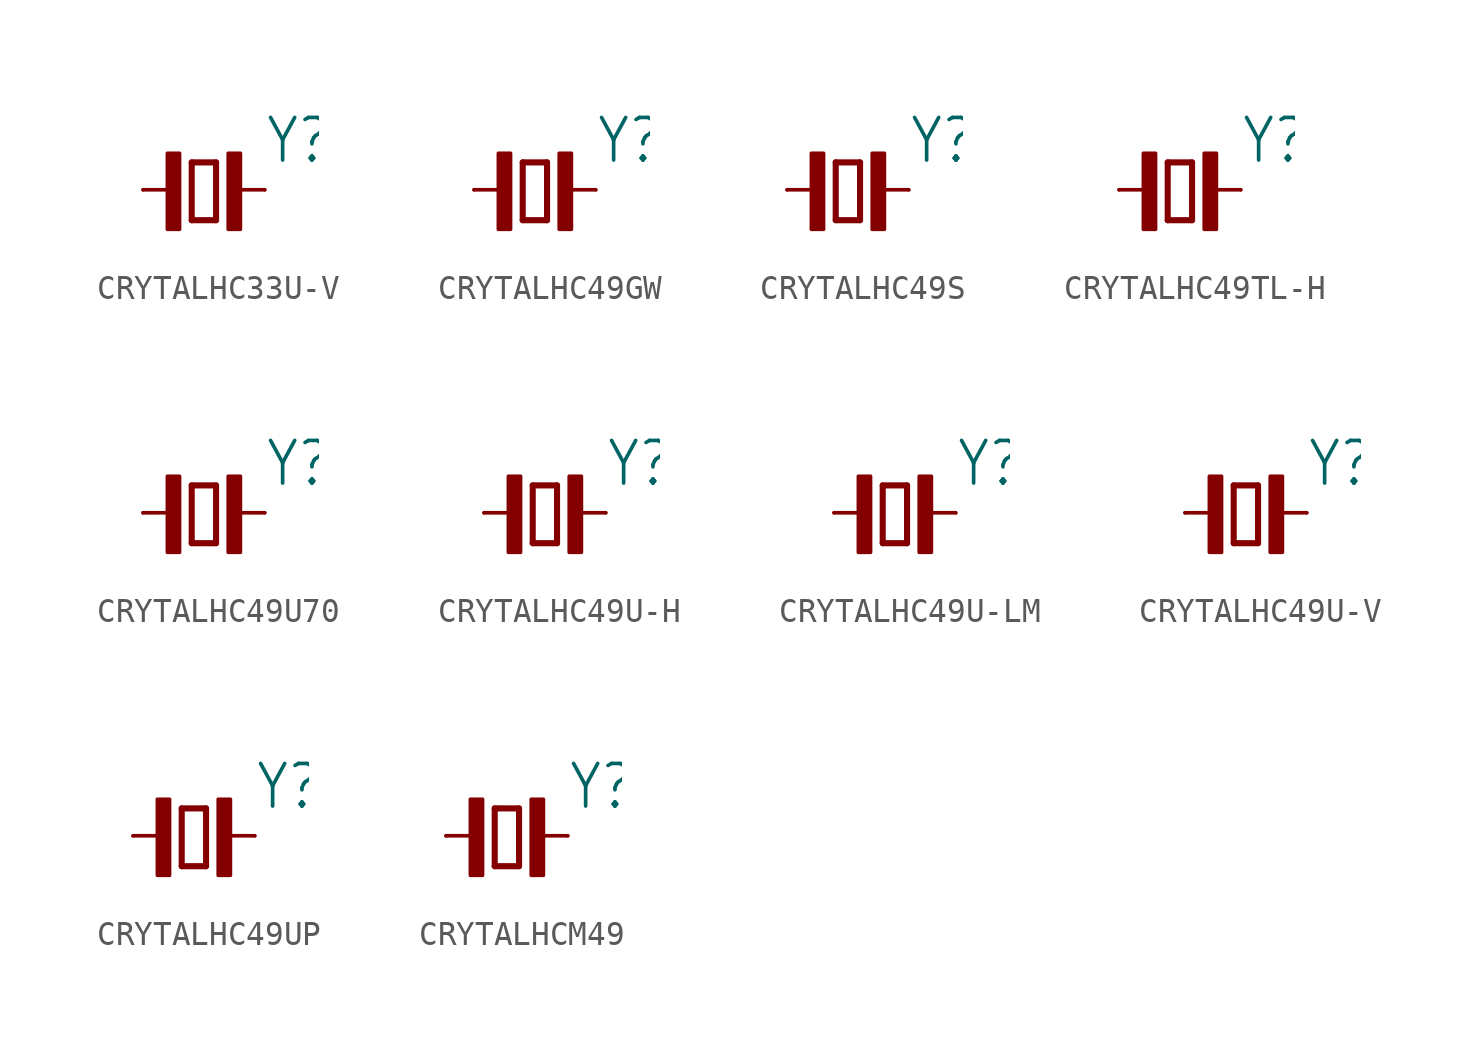
<source format=kicad_sym>
(kicad_symbol_lib
  (version 20231120)
  (generator "kicad_symbol_editor")
  (generator_version "8.0")
  (symbol "CRYTALHC33U-V"
    (property "Reference" "Y"
      (at 2.54 1.016 0)
      (effects (font (size 1.778 1.511)) (justify left bottom)))
    (property "Value" ""
      (at 2.54 -2.54 0)
      (effects (font (size 1.778 1.511)) (justify left bottom)))
    (property "ki_locked" ""
      (at 0 0 0)
      (effects (font (size 1.27 1.27))))
    (symbol "CRYTALHC33U-V_1_0"
      (rectangle (start -1.524 -1.651) (end -1.016 1.524) (stroke (width 0) (type default)) (fill (type outline)))
      (polyline (pts (xy -2.54 0) (xy -1.143 0)) (stroke (width 0.152) (type solid)) (fill (type none)))
      (polyline (pts (xy -0.508 -1.27) (xy 0.508 -1.27)) (stroke (width 0.254) (type solid)) (fill (type none)))
      (polyline (pts (xy -0.508 1.143) (xy -0.508 -1.27)) (stroke (width 0.254) (type solid)) (fill (type none)))
      (polyline (pts (xy 0.508 -1.27) (xy 0.508 1.143)) (stroke (width 0.254) (type solid)) (fill (type none)))
      (polyline (pts (xy 0.508 1.143) (xy -0.508 1.143)) (stroke (width 0.254) (type solid)) (fill (type none)))
      (polyline (pts (xy 1.143 0) (xy 2.54 0)) (stroke (width 0.152) (type solid)) (fill (type none)))
      (rectangle (start 1.016 -1.651) (end 1.524 1.524) (stroke (width 0) (type default)) (fill (type outline)))
      (pin passive line (at -2.54 0 0) (length 0) (name "1" (effects (font (size 0 0)))) (number "1" (effects (font (size 0 0)))))
      (pin passive line (at 2.54 0 180) (length 0) (name "2" (effects (font (size 0 0)))) (number "2" (effects (font (size 0 0)))))))
  (symbol "CRYTALHC49GW"
    (property "Reference" "Y"
      (at 2.54 1.016 0)
      (effects (font (size 1.778 1.511)) (justify left bottom)))
    (property "Value" ""
      (at 2.54 -2.54 0)
      (effects (font (size 1.778 1.511)) (justify left bottom)))
    (property "ki_locked" ""
      (at 0 0 0)
      (effects (font (size 1.27 1.27))))
    (symbol "CRYTALHC49GW_1_0"
      (rectangle (start -1.524 -1.651) (end -1.016 1.524) (stroke (width 0) (type default)) (fill (type outline)))
      (polyline (pts (xy -2.54 0) (xy -1.143 0)) (stroke (width 0.152) (type solid)) (fill (type none)))
      (polyline (pts (xy -0.508 -1.27) (xy 0.508 -1.27)) (stroke (width 0.254) (type solid)) (fill (type none)))
      (polyline (pts (xy -0.508 1.143) (xy -0.508 -1.27)) (stroke (width 0.254) (type solid)) (fill (type none)))
      (polyline (pts (xy 0.508 -1.27) (xy 0.508 1.143)) (stroke (width 0.254) (type solid)) (fill (type none)))
      (polyline (pts (xy 0.508 1.143) (xy -0.508 1.143)) (stroke (width 0.254) (type solid)) (fill (type none)))
      (polyline (pts (xy 1.143 0) (xy 2.54 0)) (stroke (width 0.152) (type solid)) (fill (type none)))
      (rectangle (start 1.016 -1.651) (end 1.524 1.524) (stroke (width 0) (type default)) (fill (type outline)))
      (pin passive line (at -2.54 0 0) (length 0) (name "1" (effects (font (size 0 0)))) (number "1" (effects (font (size 0 0)))))
      (pin passive line (at 2.54 0 180) (length 0) (name "2" (effects (font (size 0 0)))) (number "2" (effects (font (size 0 0)))))))
  (symbol "CRYTALHC49S"
    (property "Reference" "Y"
      (at 2.54 1.016 0)
      (effects (font (size 1.778 1.511)) (justify left bottom)))
    (property "Value" ""
      (at 2.54 -2.54 0)
      (effects (font (size 1.778 1.511)) (justify left bottom)))
    (property "ki_locked" ""
      (at 0 0 0)
      (effects (font (size 1.27 1.27))))
    (symbol "CRYTALHC49S_1_0"
      (rectangle (start -1.524 -1.651) (end -1.016 1.524) (stroke (width 0) (type default)) (fill (type outline)))
      (polyline (pts (xy -2.54 0) (xy -1.143 0)) (stroke (width 0.152) (type solid)) (fill (type none)))
      (polyline (pts (xy -0.508 -1.27) (xy 0.508 -1.27)) (stroke (width 0.254) (type solid)) (fill (type none)))
      (polyline (pts (xy -0.508 1.143) (xy -0.508 -1.27)) (stroke (width 0.254) (type solid)) (fill (type none)))
      (polyline (pts (xy 0.508 -1.27) (xy 0.508 1.143)) (stroke (width 0.254) (type solid)) (fill (type none)))
      (polyline (pts (xy 0.508 1.143) (xy -0.508 1.143)) (stroke (width 0.254) (type solid)) (fill (type none)))
      (polyline (pts (xy 1.143 0) (xy 2.54 0)) (stroke (width 0.152) (type solid)) (fill (type none)))
      (rectangle (start 1.016 -1.651) (end 1.524 1.524) (stroke (width 0) (type default)) (fill (type outline)))
      (pin passive line (at -2.54 0 0) (length 0) (name "1" (effects (font (size 0 0)))) (number "1" (effects (font (size 0 0)))))
      (pin passive line (at 2.54 0 180) (length 0) (name "2" (effects (font (size 0 0)))) (number "2" (effects (font (size 0 0)))))))
  (symbol "CRYTALHC49TL-H"
    (property "Reference" "Y"
      (at 2.54 1.016 0)
      (effects (font (size 1.778 1.511)) (justify left bottom)))
    (property "Value" ""
      (at 2.54 -2.54 0)
      (effects (font (size 1.778 1.511)) (justify left bottom)))
    (property "ki_locked" ""
      (at 0 0 0)
      (effects (font (size 1.27 1.27))))
    (symbol "CRYTALHC49TL-H_1_0"
      (rectangle (start -1.524 -1.651) (end -1.016 1.524) (stroke (width 0) (type default)) (fill (type outline)))
      (polyline (pts (xy -2.54 0) (xy -1.143 0)) (stroke (width 0.152) (type solid)) (fill (type none)))
      (polyline (pts (xy -0.508 -1.27) (xy 0.508 -1.27)) (stroke (width 0.254) (type solid)) (fill (type none)))
      (polyline (pts (xy -0.508 1.143) (xy -0.508 -1.27)) (stroke (width 0.254) (type solid)) (fill (type none)))
      (polyline (pts (xy 0.508 -1.27) (xy 0.508 1.143)) (stroke (width 0.254) (type solid)) (fill (type none)))
      (polyline (pts (xy 0.508 1.143) (xy -0.508 1.143)) (stroke (width 0.254) (type solid)) (fill (type none)))
      (polyline (pts (xy 1.143 0) (xy 2.54 0)) (stroke (width 0.152) (type solid)) (fill (type none)))
      (rectangle (start 1.016 -1.651) (end 1.524 1.524) (stroke (width 0) (type default)) (fill (type outline)))
      (pin passive line (at -2.54 0 0) (length 0) (name "1" (effects (font (size 0 0)))) (number "1" (effects (font (size 0 0)))))
      (pin passive line (at 2.54 0 180) (length 0) (name "2" (effects (font (size 0 0)))) (number "2" (effects (font (size 0 0)))))))
  (symbol "CRYTALHC49U70"
    (property "Reference" "Y"
      (at 2.54 1.016 0)
      (effects (font (size 1.778 1.511)) (justify left bottom)))
    (property "Value" ""
      (at 2.54 -2.54 0)
      (effects (font (size 1.778 1.511)) (justify left bottom)))
    (property "ki_locked" ""
      (at 0 0 0)
      (effects (font (size 1.27 1.27))))
    (symbol "CRYTALHC49U70_1_0"
      (rectangle (start -1.524 -1.651) (end -1.016 1.524) (stroke (width 0) (type default)) (fill (type outline)))
      (polyline (pts (xy -2.54 0) (xy -1.143 0)) (stroke (width 0.152) (type solid)) (fill (type none)))
      (polyline (pts (xy -0.508 -1.27) (xy 0.508 -1.27)) (stroke (width 0.254) (type solid)) (fill (type none)))
      (polyline (pts (xy -0.508 1.143) (xy -0.508 -1.27)) (stroke (width 0.254) (type solid)) (fill (type none)))
      (polyline (pts (xy 0.508 -1.27) (xy 0.508 1.143)) (stroke (width 0.254) (type solid)) (fill (type none)))
      (polyline (pts (xy 0.508 1.143) (xy -0.508 1.143)) (stroke (width 0.254) (type solid)) (fill (type none)))
      (polyline (pts (xy 1.143 0) (xy 2.54 0)) (stroke (width 0.152) (type solid)) (fill (type none)))
      (rectangle (start 1.016 -1.651) (end 1.524 1.524) (stroke (width 0) (type default)) (fill (type outline)))
      (pin passive line (at -2.54 0 0) (length 0) (name "1" (effects (font (size 0 0)))) (number "1" (effects (font (size 0 0)))))
      (pin passive line (at 2.54 0 180) (length 0) (name "2" (effects (font (size 0 0)))) (number "2" (effects (font (size 0 0)))))))
  (symbol "CRYTALHC49U-H"
    (property "Reference" "Y"
      (at 2.54 1.016 0)
      (effects (font (size 1.778 1.511)) (justify left bottom)))
    (property "Value" ""
      (at 2.54 -2.54 0)
      (effects (font (size 1.778 1.511)) (justify left bottom)))
    (property "ki_locked" ""
      (at 0 0 0)
      (effects (font (size 1.27 1.27))))
    (symbol "CRYTALHC49U-H_1_0"
      (rectangle (start -1.524 -1.651) (end -1.016 1.524) (stroke (width 0) (type default)) (fill (type outline)))
      (polyline (pts (xy -2.54 0) (xy -1.143 0)) (stroke (width 0.152) (type solid)) (fill (type none)))
      (polyline (pts (xy -0.508 -1.27) (xy 0.508 -1.27)) (stroke (width 0.254) (type solid)) (fill (type none)))
      (polyline (pts (xy -0.508 1.143) (xy -0.508 -1.27)) (stroke (width 0.254) (type solid)) (fill (type none)))
      (polyline (pts (xy 0.508 -1.27) (xy 0.508 1.143)) (stroke (width 0.254) (type solid)) (fill (type none)))
      (polyline (pts (xy 0.508 1.143) (xy -0.508 1.143)) (stroke (width 0.254) (type solid)) (fill (type none)))
      (polyline (pts (xy 1.143 0) (xy 2.54 0)) (stroke (width 0.152) (type solid)) (fill (type none)))
      (rectangle (start 1.016 -1.651) (end 1.524 1.524) (stroke (width 0) (type default)) (fill (type outline)))
      (pin passive line (at -2.54 0 0) (length 0) (name "1" (effects (font (size 0 0)))) (number "1" (effects (font (size 0 0)))))
      (pin passive line (at 2.54 0 180) (length 0) (name "2" (effects (font (size 0 0)))) (number "2" (effects (font (size 0 0)))))))
  (symbol "CRYTALHC49U-LM"
    (property "Reference" "Y"
      (at 2.54 1.016 0)
      (effects (font (size 1.778 1.511)) (justify left bottom)))
    (property "Value" ""
      (at 2.54 -2.54 0)
      (effects (font (size 1.778 1.511)) (justify left bottom)))
    (property "ki_locked" ""
      (at 0 0 0)
      (effects (font (size 1.27 1.27))))
    (symbol "CRYTALHC49U-LM_1_0"
      (rectangle (start -1.524 -1.651) (end -1.016 1.524) (stroke (width 0) (type default)) (fill (type outline)))
      (polyline (pts (xy -2.54 0) (xy -1.143 0)) (stroke (width 0.152) (type solid)) (fill (type none)))
      (polyline (pts (xy -0.508 -1.27) (xy 0.508 -1.27)) (stroke (width 0.254) (type solid)) (fill (type none)))
      (polyline (pts (xy -0.508 1.143) (xy -0.508 -1.27)) (stroke (width 0.254) (type solid)) (fill (type none)))
      (polyline (pts (xy 0.508 -1.27) (xy 0.508 1.143)) (stroke (width 0.254) (type solid)) (fill (type none)))
      (polyline (pts (xy 0.508 1.143) (xy -0.508 1.143)) (stroke (width 0.254) (type solid)) (fill (type none)))
      (polyline (pts (xy 1.143 0) (xy 2.54 0)) (stroke (width 0.152) (type solid)) (fill (type none)))
      (rectangle (start 1.016 -1.651) (end 1.524 1.524) (stroke (width 0) (type default)) (fill (type outline)))
      (pin passive line (at -2.54 0 0) (length 0) (name "1" (effects (font (size 0 0)))) (number "1" (effects (font (size 0 0)))))
      (pin passive line (at 2.54 0 180) (length 0) (name "2" (effects (font (size 0 0)))) (number "2" (effects (font (size 0 0)))))))
  (symbol "CRYTALHC49U-V"
    (property "Reference" "Y"
      (at 2.54 1.016 0)
      (effects (font (size 1.778 1.511)) (justify left bottom)))
    (property "Value" ""
      (at 2.54 -2.54 0)
      (effects (font (size 1.778 1.511)) (justify left bottom)))
    (property "ki_locked" ""
      (at 0 0 0)
      (effects (font (size 1.27 1.27))))
    (symbol "CRYTALHC49U-V_1_0"
      (rectangle (start -1.524 -1.651) (end -1.016 1.524) (stroke (width 0) (type default)) (fill (type outline)))
      (polyline (pts (xy -2.54 0) (xy -1.143 0)) (stroke (width 0.152) (type solid)) (fill (type none)))
      (polyline (pts (xy -0.508 -1.27) (xy 0.508 -1.27)) (stroke (width 0.254) (type solid)) (fill (type none)))
      (polyline (pts (xy -0.508 1.143) (xy -0.508 -1.27)) (stroke (width 0.254) (type solid)) (fill (type none)))
      (polyline (pts (xy 0.508 -1.27) (xy 0.508 1.143)) (stroke (width 0.254) (type solid)) (fill (type none)))
      (polyline (pts (xy 0.508 1.143) (xy -0.508 1.143)) (stroke (width 0.254) (type solid)) (fill (type none)))
      (polyline (pts (xy 1.143 0) (xy 2.54 0)) (stroke (width 0.152) (type solid)) (fill (type none)))
      (rectangle (start 1.016 -1.651) (end 1.524 1.524) (stroke (width 0) (type default)) (fill (type outline)))
      (pin passive line (at -2.54 0 0) (length 0) (name "1" (effects (font (size 0 0)))) (number "1" (effects (font (size 0 0)))))
      (pin passive line (at 2.54 0 180) (length 0) (name "2" (effects (font (size 0 0)))) (number "2" (effects (font (size 0 0)))))))
  (symbol "CRYTALHC49UP"
    (property "Reference" "Y"
      (at 2.54 1.016 0)
      (effects (font (size 1.778 1.511)) (justify left bottom)))
    (property "Value" ""
      (at 2.54 -2.54 0)
      (effects (font (size 1.778 1.511)) (justify left bottom)))
    (property "ki_locked" ""
      (at 0 0 0)
      (effects (font (size 1.27 1.27))))
    (symbol "CRYTALHC49UP_1_0"
      (rectangle (start -1.524 -1.651) (end -1.016 1.524) (stroke (width 0) (type default)) (fill (type outline)))
      (polyline (pts (xy -2.54 0) (xy -1.143 0)) (stroke (width 0.152) (type solid)) (fill (type none)))
      (polyline (pts (xy -0.508 -1.27) (xy 0.508 -1.27)) (stroke (width 0.254) (type solid)) (fill (type none)))
      (polyline (pts (xy -0.508 1.143) (xy -0.508 -1.27)) (stroke (width 0.254) (type solid)) (fill (type none)))
      (polyline (pts (xy 0.508 -1.27) (xy 0.508 1.143)) (stroke (width 0.254) (type solid)) (fill (type none)))
      (polyline (pts (xy 0.508 1.143) (xy -0.508 1.143)) (stroke (width 0.254) (type solid)) (fill (type none)))
      (polyline (pts (xy 1.143 0) (xy 2.54 0)) (stroke (width 0.152) (type solid)) (fill (type none)))
      (rectangle (start 1.016 -1.651) (end 1.524 1.524) (stroke (width 0) (type default)) (fill (type outline)))
      (pin passive line (at -2.54 0 0) (length 0) (name "1" (effects (font (size 0 0)))) (number "1" (effects (font (size 0 0)))))
      (pin passive line (at 2.54 0 180) (length 0) (name "2" (effects (font (size 0 0)))) (number "2" (effects (font (size 0 0)))))))
  (symbol "CRYTALHCM49"
    (property "Reference" "Y"
      (at 2.54 1.016 0)
      (effects (font (size 1.778 1.511)) (justify left bottom)))
    (property "Value" ""
      (at 2.54 -2.54 0)
      (effects (font (size 1.778 1.511)) (justify left bottom)))
    (property "ki_locked" ""
      (at 0 0 0)
      (effects (font (size 1.27 1.27))))
    (symbol "CRYTALHCM49_1_0"
      (rectangle (start -1.524 -1.651) (end -1.016 1.524) (stroke (width 0) (type default)) (fill (type outline)))
      (polyline (pts (xy -2.54 0) (xy -1.143 0)) (stroke (width 0.152) (type solid)) (fill (type none)))
      (polyline (pts (xy -0.508 -1.27) (xy 0.508 -1.27)) (stroke (width 0.254) (type solid)) (fill (type none)))
      (polyline (pts (xy -0.508 1.143) (xy -0.508 -1.27)) (stroke (width 0.254) (type solid)) (fill (type none)))
      (polyline (pts (xy 0.508 -1.27) (xy 0.508 1.143)) (stroke (width 0.254) (type solid)) (fill (type none)))
      (polyline (pts (xy 0.508 1.143) (xy -0.508 1.143)) (stroke (width 0.254) (type solid)) (fill (type none)))
      (polyline (pts (xy 1.143 0) (xy 2.54 0)) (stroke (width 0.152) (type solid)) (fill (type none)))
      (rectangle (start 1.016 -1.651) (end 1.524 1.524) (stroke (width 0) (type default)) (fill (type outline)))
      (pin passive line (at -2.54 0 0) (length 0) (name "1" (effects (font (size 0 0)))) (number "1" (effects (font (size 0 0)))))
      (pin passive line (at 2.54 0 180) (length 0) (name "2" (effects (font (size 0 0)))) (number "2" (effects (font (size 0 0))))))))
</source>
